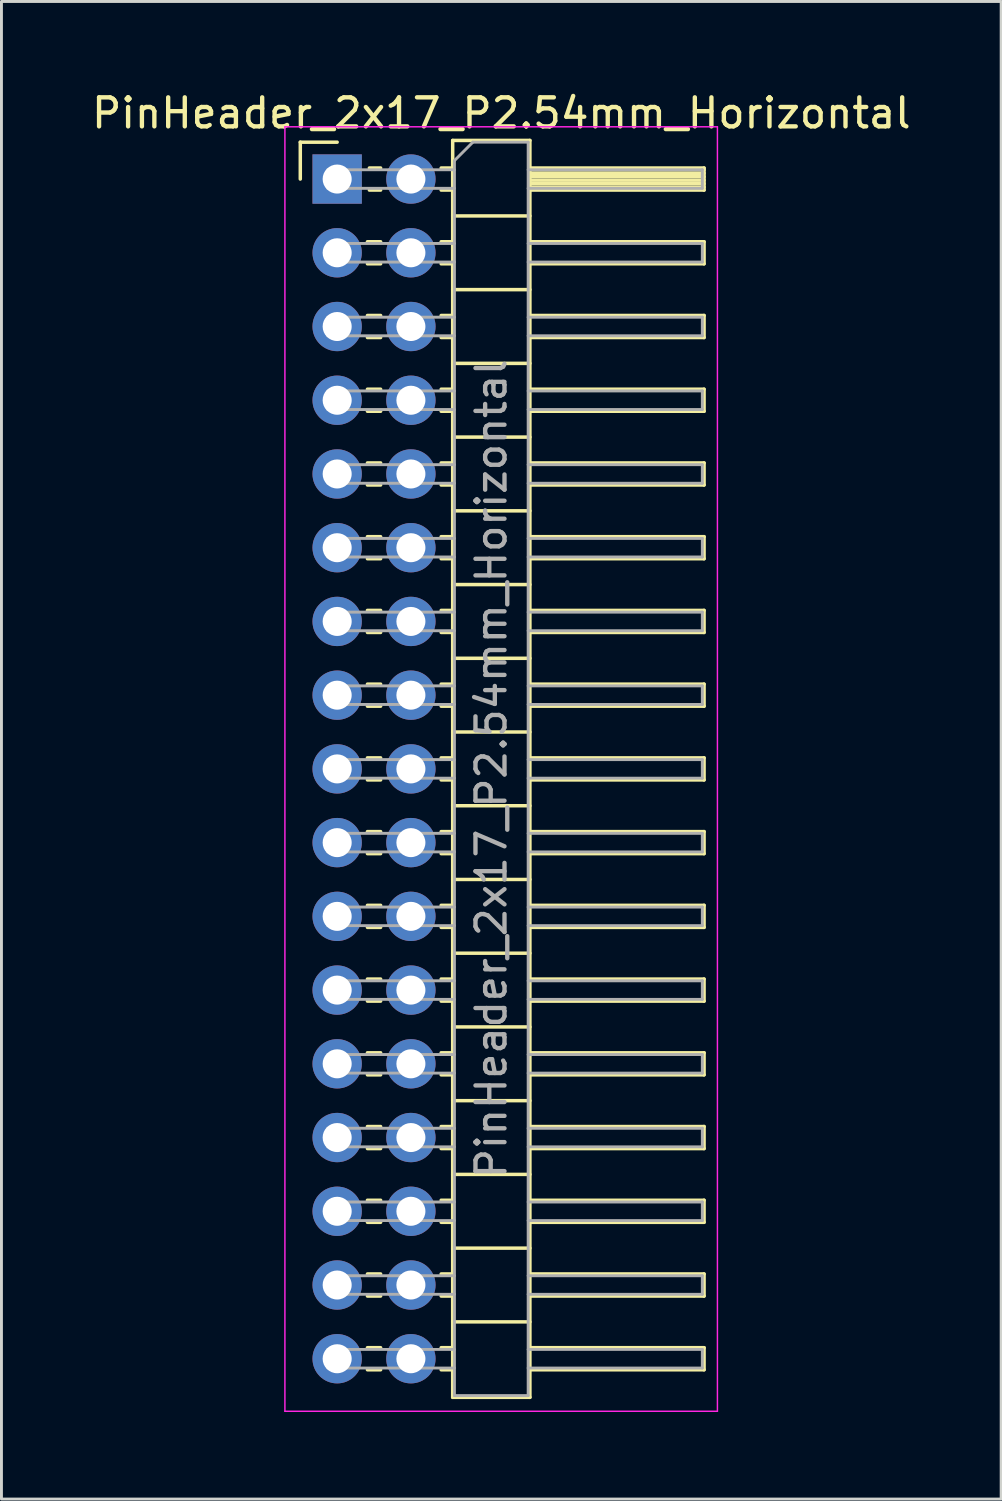
<source format=kicad_pcb>
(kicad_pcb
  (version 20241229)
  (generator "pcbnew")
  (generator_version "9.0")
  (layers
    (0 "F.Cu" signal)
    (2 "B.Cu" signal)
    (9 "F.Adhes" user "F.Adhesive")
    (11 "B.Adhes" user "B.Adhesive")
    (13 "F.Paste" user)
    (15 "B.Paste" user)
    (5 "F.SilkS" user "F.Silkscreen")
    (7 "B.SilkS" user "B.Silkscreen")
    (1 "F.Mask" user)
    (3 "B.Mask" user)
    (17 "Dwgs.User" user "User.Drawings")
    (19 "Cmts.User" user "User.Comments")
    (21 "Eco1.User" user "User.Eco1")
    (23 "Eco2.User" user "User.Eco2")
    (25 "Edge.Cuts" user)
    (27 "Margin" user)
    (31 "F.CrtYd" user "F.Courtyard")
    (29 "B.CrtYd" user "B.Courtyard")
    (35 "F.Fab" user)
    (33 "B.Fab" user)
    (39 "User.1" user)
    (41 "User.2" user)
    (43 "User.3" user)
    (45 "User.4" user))
  (footprint "PinHeader_2x17_P2.54mm_Horizontal"
    (layer "F.Cu")
    (at 8.565 3.118)
    (property "Reference" "PinHeader_2x17_P2.54mm_Horizontal" (at 5.655 -2.27 0) (layer "F.SilkS") (effects (font (size 1 1) (thickness 0.15))))
    (attr through_hole)
    (fp_line (start -1.27 -1.27) (end 0 -1.27) (stroke (width 0.12) (type solid)) (layer "F.SilkS"))
    (fp_line (start -1.27 0) (end -1.27 -1.27) (stroke (width 0.12) (type solid)) (layer "F.SilkS"))
    (fp_line (start 1.043 2.16) (end 1.497 2.16) (stroke (width 0.12) (type solid)) (layer "F.SilkS"))
    (fp_line (start 1.043 2.92) (end 1.497 2.92) (stroke (width 0.12) (type solid)) (layer "F.SilkS"))
    (fp_line (start 1.043 4.7) (end 1.497 4.7) (stroke (width 0.12) (type solid)) (layer "F.SilkS"))
    (fp_line (start 1.043 5.46) (end 1.497 5.46) (stroke (width 0.12) (type solid)) (layer "F.SilkS"))
    (fp_line (start 1.043 7.24) (end 1.497 7.24) (stroke (width 0.12) (type solid)) (layer "F.SilkS"))
    (fp_line (start 1.043 8) (end 1.497 8) (stroke (width 0.12) (type solid)) (layer "F.SilkS"))
    (fp_line (start 1.043 9.78) (end 1.497 9.78) (stroke (width 0.12) (type solid)) (layer "F.SilkS"))
    (fp_line (start 1.043 10.54) (end 1.497 10.54) (stroke (width 0.12) (type solid)) (layer "F.SilkS"))
    (fp_line (start 1.043 12.32) (end 1.497 12.32) (stroke (width 0.12) (type solid)) (layer "F.SilkS"))
    (fp_line (start 1.043 13.08) (end 1.497 13.08) (stroke (width 0.12) (type solid)) (layer "F.SilkS"))
    (fp_line (start 1.043 14.86) (end 1.497 14.86) (stroke (width 0.12) (type solid)) (layer "F.SilkS"))
    (fp_line (start 1.043 15.62) (end 1.497 15.62) (stroke (width 0.12) (type solid)) (layer "F.SilkS"))
    (fp_line (start 1.043 17.4) (end 1.497 17.4) (stroke (width 0.12) (type solid)) (layer "F.SilkS"))
    (fp_line (start 1.043 18.16) (end 1.497 18.16) (stroke (width 0.12) (type solid)) (layer "F.SilkS"))
    (fp_line (start 1.043 19.94) (end 1.497 19.94) (stroke (width 0.12) (type solid)) (layer "F.SilkS"))
    (fp_line (start 1.043 20.7) (end 1.497 20.7) (stroke (width 0.12) (type solid)) (layer "F.SilkS"))
    (fp_line (start 1.043 22.48) (end 1.497 22.48) (stroke (width 0.12) (type solid)) (layer "F.SilkS"))
    (fp_line (start 1.043 23.24) (end 1.497 23.24) (stroke (width 0.12) (type solid)) (layer "F.SilkS"))
    (fp_line (start 1.043 25.02) (end 1.497 25.02) (stroke (width 0.12) (type solid)) (layer "F.SilkS"))
    (fp_line (start 1.043 25.78) (end 1.497 25.78) (stroke (width 0.12) (type solid)) (layer "F.SilkS"))
    (fp_line (start 1.043 27.56) (end 1.497 27.56) (stroke (width 0.12) (type solid)) (layer "F.SilkS"))
    (fp_line (start 1.043 28.32) (end 1.497 28.32) (stroke (width 0.12) (type solid)) (layer "F.SilkS"))
    (fp_line (start 1.043 30.1) (end 1.497 30.1) (stroke (width 0.12) (type solid)) (layer "F.SilkS"))
    (fp_line (start 1.043 30.86) (end 1.497 30.86) (stroke (width 0.12) (type solid)) (layer "F.SilkS"))
    (fp_line (start 1.043 32.64) (end 1.497 32.64) (stroke (width 0.12) (type solid)) (layer "F.SilkS"))
    (fp_line (start 1.043 33.4) (end 1.497 33.4) (stroke (width 0.12) (type solid)) (layer "F.SilkS"))
    (fp_line (start 1.043 35.18) (end 1.497 35.18) (stroke (width 0.12) (type solid)) (layer "F.SilkS"))
    (fp_line (start 1.043 35.94) (end 1.497 35.94) (stroke (width 0.12) (type solid)) (layer "F.SilkS"))
    (fp_line (start 1.043 37.72) (end 1.497 37.72) (stroke (width 0.12) (type solid)) (layer "F.SilkS"))
    (fp_line (start 1.043 38.48) (end 1.497 38.48) (stroke (width 0.12) (type solid)) (layer "F.SilkS"))
    (fp_line (start 1.043 40.26) (end 1.497 40.26) (stroke (width 0.12) (type solid)) (layer "F.SilkS"))
    (fp_line (start 1.043 41.02) (end 1.497 41.02) (stroke (width 0.12) (type solid)) (layer "F.SilkS"))
    (fp_line (start 1.11 -0.38) (end 1.497 -0.38) (stroke (width 0.12) (type solid)) (layer "F.SilkS"))
    (fp_line (start 1.11 0.38) (end 1.497 0.38) (stroke (width 0.12) (type solid)) (layer "F.SilkS"))
    (fp_line (start 3.583 -0.38) (end 3.98 -0.38) (stroke (width 0.12) (type solid)) (layer "F.SilkS"))
    (fp_line (start 3.583 0.38) (end 3.98 0.38) (stroke (width 0.12) (type solid)) (layer "F.SilkS"))
    (fp_line (start 3.583 2.16) (end 3.98 2.16) (stroke (width 0.12) (type solid)) (layer "F.SilkS"))
    (fp_line (start 3.583 2.92) (end 3.98 2.92) (stroke (width 0.12) (type solid)) (layer "F.SilkS"))
    (fp_line (start 3.583 4.7) (end 3.98 4.7) (stroke (width 0.12) (type solid)) (layer "F.SilkS"))
    (fp_line (start 3.583 5.46) (end 3.98 5.46) (stroke (width 0.12) (type solid)) (layer "F.SilkS"))
    (fp_line (start 3.583 7.24) (end 3.98 7.24) (stroke (width 0.12) (type solid)) (layer "F.SilkS"))
    (fp_line (start 3.583 8) (end 3.98 8) (stroke (width 0.12) (type solid)) (layer "F.SilkS"))
    (fp_line (start 3.583 9.78) (end 3.98 9.78) (stroke (width 0.12) (type solid)) (layer "F.SilkS"))
    (fp_line (start 3.583 10.54) (end 3.98 10.54) (stroke (width 0.12) (type solid)) (layer "F.SilkS"))
    (fp_line (start 3.583 12.32) (end 3.98 12.32) (stroke (width 0.12) (type solid)) (layer "F.SilkS"))
    (fp_line (start 3.583 13.08) (end 3.98 13.08) (stroke (width 0.12) (type solid)) (layer "F.SilkS"))
    (fp_line (start 3.583 14.86) (end 3.98 14.86) (stroke (width 0.12) (type solid)) (layer "F.SilkS"))
    (fp_line (start 3.583 15.62) (end 3.98 15.62) (stroke (width 0.12) (type solid)) (layer "F.SilkS"))
    (fp_line (start 3.583 17.4) (end 3.98 17.4) (stroke (width 0.12) (type solid)) (layer "F.SilkS"))
    (fp_line (start 3.583 18.16) (end 3.98 18.16) (stroke (width 0.12) (type solid)) (layer "F.SilkS"))
    (fp_line (start 3.583 19.94) (end 3.98 19.94) (stroke (width 0.12) (type solid)) (layer "F.SilkS"))
    (fp_line (start 3.583 20.7) (end 3.98 20.7) (stroke (width 0.12) (type solid)) (layer "F.SilkS"))
    (fp_line (start 3.583 22.48) (end 3.98 22.48) (stroke (width 0.12) (type solid)) (layer "F.SilkS"))
    (fp_line (start 3.583 23.24) (end 3.98 23.24) (stroke (width 0.12) (type solid)) (layer "F.SilkS"))
    (fp_line (start 3.583 25.02) (end 3.98 25.02) (stroke (width 0.12) (type solid)) (layer "F.SilkS"))
    (fp_line (start 3.583 25.78) (end 3.98 25.78) (stroke (width 0.12) (type solid)) (layer "F.SilkS"))
    (fp_line (start 3.583 27.56) (end 3.98 27.56) (stroke (width 0.12) (type solid)) (layer "F.SilkS"))
    (fp_line (start 3.583 28.32) (end 3.98 28.32) (stroke (width 0.12) (type solid)) (layer "F.SilkS"))
    (fp_line (start 3.583 30.1) (end 3.98 30.1) (stroke (width 0.12) (type solid)) (layer "F.SilkS"))
    (fp_line (start 3.583 30.86) (end 3.98 30.86) (stroke (width 0.12) (type solid)) (layer "F.SilkS"))
    (fp_line (start 3.583 32.64) (end 3.98 32.64) (stroke (width 0.12) (type solid)) (layer "F.SilkS"))
    (fp_line (start 3.583 33.4) (end 3.98 33.4) (stroke (width 0.12) (type solid)) (layer "F.SilkS"))
    (fp_line (start 3.583 35.18) (end 3.98 35.18) (stroke (width 0.12) (type solid)) (layer "F.SilkS"))
    (fp_line (start 3.583 35.94) (end 3.98 35.94) (stroke (width 0.12) (type solid)) (layer "F.SilkS"))
    (fp_line (start 3.583 37.72) (end 3.98 37.72) (stroke (width 0.12) (type solid)) (layer "F.SilkS"))
    (fp_line (start 3.583 38.48) (end 3.98 38.48) (stroke (width 0.12) (type solid)) (layer "F.SilkS"))
    (fp_line (start 3.583 40.26) (end 3.98 40.26) (stroke (width 0.12) (type solid)) (layer "F.SilkS"))
    (fp_line (start 3.583 41.02) (end 3.98 41.02) (stroke (width 0.12) (type solid)) (layer "F.SilkS"))
    (fp_line (start 3.98 -1.33) (end 3.98 41.97) (stroke (width 0.12) (type solid)) (layer "F.SilkS"))
    (fp_line (start 3.98 1.27) (end 6.64 1.27) (stroke (width 0.12) (type solid)) (layer "F.SilkS"))
    (fp_line (start 3.98 3.81) (end 6.64 3.81) (stroke (width 0.12) (type solid)) (layer "F.SilkS"))
    (fp_line (start 3.98 6.35) (end 6.64 6.35) (stroke (width 0.12) (type solid)) (layer "F.SilkS"))
    (fp_line (start 3.98 8.89) (end 6.64 8.89) (stroke (width 0.12) (type solid)) (layer "F.SilkS"))
    (fp_line (start 3.98 11.43) (end 6.64 11.43) (stroke (width 0.12) (type solid)) (layer "F.SilkS"))
    (fp_line (start 3.98 13.97) (end 6.64 13.97) (stroke (width 0.12) (type solid)) (layer "F.SilkS"))
    (fp_line (start 3.98 16.51) (end 6.64 16.51) (stroke (width 0.12) (type solid)) (layer "F.SilkS"))
    (fp_line (start 3.98 19.05) (end 6.64 19.05) (stroke (width 0.12) (type solid)) (layer "F.SilkS"))
    (fp_line (start 3.98 21.59) (end 6.64 21.59) (stroke (width 0.12) (type solid)) (layer "F.SilkS"))
    (fp_line (start 3.98 24.13) (end 6.64 24.13) (stroke (width 0.12) (type solid)) (layer "F.SilkS"))
    (fp_line (start 3.98 26.67) (end 6.64 26.67) (stroke (width 0.12) (type solid)) (layer "F.SilkS"))
    (fp_line (start 3.98 29.21) (end 6.64 29.21) (stroke (width 0.12) (type solid)) (layer "F.SilkS"))
    (fp_line (start 3.98 31.75) (end 6.64 31.75) (stroke (width 0.12) (type solid)) (layer "F.SilkS"))
    (fp_line (start 3.98 34.29) (end 6.64 34.29) (stroke (width 0.12) (type solid)) (layer "F.SilkS"))
    (fp_line (start 3.98 36.83) (end 6.64 36.83) (stroke (width 0.12) (type solid)) (layer "F.SilkS"))
    (fp_line (start 3.98 39.37) (end 6.64 39.37) (stroke (width 0.12) (type solid)) (layer "F.SilkS"))
    (fp_line (start 3.98 41.97) (end 6.64 41.97) (stroke (width 0.12) (type solid)) (layer "F.SilkS"))
    (fp_line (start 6.64 -1.33) (end 3.98 -1.33) (stroke (width 0.12) (type solid)) (layer "F.SilkS"))
    (fp_line (start 6.64 -0.38) (end 12.64 -0.38) (stroke (width 0.12) (type solid)) (layer "F.SilkS"))
    (fp_line (start 6.64 -0.32) (end 12.64 -0.32) (stroke (width 0.12) (type solid)) (layer "F.SilkS"))
    (fp_line (start 6.64 -0.2) (end 12.64 -0.2) (stroke (width 0.12) (type solid)) (layer "F.SilkS"))
    (fp_line (start 6.64 -0.08) (end 12.64 -0.08) (stroke (width 0.12) (type solid)) (layer "F.SilkS"))
    (fp_line (start 6.64 0.04) (end 12.64 0.04) (stroke (width 0.12) (type solid)) (layer "F.SilkS"))
    (fp_line (start 6.64 0.16) (end 12.64 0.16) (stroke (width 0.12) (type solid)) (layer "F.SilkS"))
    (fp_line (start 6.64 0.28) (end 12.64 0.28) (stroke (width 0.12) (type solid)) (layer "F.SilkS"))
    (fp_line (start 6.64 2.16) (end 12.64 2.16) (stroke (width 0.12) (type solid)) (layer "F.SilkS"))
    (fp_line (start 6.64 4.7) (end 12.64 4.7) (stroke (width 0.12) (type solid)) (layer "F.SilkS"))
    (fp_line (start 6.64 7.24) (end 12.64 7.24) (stroke (width 0.12) (type solid)) (layer "F.SilkS"))
    (fp_line (start 6.64 9.78) (end 12.64 9.78) (stroke (width 0.12) (type solid)) (layer "F.SilkS"))
    (fp_line (start 6.64 12.32) (end 12.64 12.32) (stroke (width 0.12) (type solid)) (layer "F.SilkS"))
    (fp_line (start 6.64 14.86) (end 12.64 14.86) (stroke (width 0.12) (type solid)) (layer "F.SilkS"))
    (fp_line (start 6.64 17.4) (end 12.64 17.4) (stroke (width 0.12) (type solid)) (layer "F.SilkS"))
    (fp_line (start 6.64 19.94) (end 12.64 19.94) (stroke (width 0.12) (type solid)) (layer "F.SilkS"))
    (fp_line (start 6.64 22.48) (end 12.64 22.48) (stroke (width 0.12) (type solid)) (layer "F.SilkS"))
    (fp_line (start 6.64 25.02) (end 12.64 25.02) (stroke (width 0.12) (type solid)) (layer "F.SilkS"))
    (fp_line (start 6.64 27.56) (end 12.64 27.56) (stroke (width 0.12) (type solid)) (layer "F.SilkS"))
    (fp_line (start 6.64 30.1) (end 12.64 30.1) (stroke (width 0.12) (type solid)) (layer "F.SilkS"))
    (fp_line (start 6.64 32.64) (end 12.64 32.64) (stroke (width 0.12) (type solid)) (layer "F.SilkS"))
    (fp_line (start 6.64 35.18) (end 12.64 35.18) (stroke (width 0.12) (type solid)) (layer "F.SilkS"))
    (fp_line (start 6.64 37.72) (end 12.64 37.72) (stroke (width 0.12) (type solid)) (layer "F.SilkS"))
    (fp_line (start 6.64 40.26) (end 12.64 40.26) (stroke (width 0.12) (type solid)) (layer "F.SilkS"))
    (fp_line (start 6.64 41.97) (end 6.64 -1.33) (stroke (width 0.12) (type solid)) (layer "F.SilkS"))
    (fp_line (start 12.64 -0.38) (end 12.64 0.38) (stroke (width 0.12) (type solid)) (layer "F.SilkS"))
    (fp_line (start 12.64 0.38) (end 6.64 0.38) (stroke (width 0.12) (type solid)) (layer "F.SilkS"))
    (fp_line (start 12.64 2.16) (end 12.64 2.92) (stroke (width 0.12) (type solid)) (layer "F.SilkS"))
    (fp_line (start 12.64 2.92) (end 6.64 2.92) (stroke (width 0.12) (type solid)) (layer "F.SilkS"))
    (fp_line (start 12.64 4.7) (end 12.64 5.46) (stroke (width 0.12) (type solid)) (layer "F.SilkS"))
    (fp_line (start 12.64 5.46) (end 6.64 5.46) (stroke (width 0.12) (type solid)) (layer "F.SilkS"))
    (fp_line (start 12.64 7.24) (end 12.64 8) (stroke (width 0.12) (type solid)) (layer "F.SilkS"))
    (fp_line (start 12.64 8) (end 6.64 8) (stroke (width 0.12) (type solid)) (layer "F.SilkS"))
    (fp_line (start 12.64 9.78) (end 12.64 10.54) (stroke (width 0.12) (type solid)) (layer "F.SilkS"))
    (fp_line (start 12.64 10.54) (end 6.64 10.54) (stroke (width 0.12) (type solid)) (layer "F.SilkS"))
    (fp_line (start 12.64 12.32) (end 12.64 13.08) (stroke (width 0.12) (type solid)) (layer "F.SilkS"))
    (fp_line (start 12.64 13.08) (end 6.64 13.08) (stroke (width 0.12) (type solid)) (layer "F.SilkS"))
    (fp_line (start 12.64 14.86) (end 12.64 15.62) (stroke (width 0.12) (type solid)) (layer "F.SilkS"))
    (fp_line (start 12.64 15.62) (end 6.64 15.62) (stroke (width 0.12) (type solid)) (layer "F.SilkS"))
    (fp_line (start 12.64 17.4) (end 12.64 18.16) (stroke (width 0.12) (type solid)) (layer "F.SilkS"))
    (fp_line (start 12.64 18.16) (end 6.64 18.16) (stroke (width 0.12) (type solid)) (layer "F.SilkS"))
    (fp_line (start 12.64 19.94) (end 12.64 20.7) (stroke (width 0.12) (type solid)) (layer "F.SilkS"))
    (fp_line (start 12.64 20.7) (end 6.64 20.7) (stroke (width 0.12) (type solid)) (layer "F.SilkS"))
    (fp_line (start 12.64 22.48) (end 12.64 23.24) (stroke (width 0.12) (type solid)) (layer "F.SilkS"))
    (fp_line (start 12.64 23.24) (end 6.64 23.24) (stroke (width 0.12) (type solid)) (layer "F.SilkS"))
    (fp_line (start 12.64 25.02) (end 12.64 25.78) (stroke (width 0.12) (type solid)) (layer "F.SilkS"))
    (fp_line (start 12.64 25.78) (end 6.64 25.78) (stroke (width 0.12) (type solid)) (layer "F.SilkS"))
    (fp_line (start 12.64 27.56) (end 12.64 28.32) (stroke (width 0.12) (type solid)) (layer "F.SilkS"))
    (fp_line (start 12.64 28.32) (end 6.64 28.32) (stroke (width 0.12) (type solid)) (layer "F.SilkS"))
    (fp_line (start 12.64 30.1) (end 12.64 30.86) (stroke (width 0.12) (type solid)) (layer "F.SilkS"))
    (fp_line (start 12.64 30.86) (end 6.64 30.86) (stroke (width 0.12) (type solid)) (layer "F.SilkS"))
    (fp_line (start 12.64 32.64) (end 12.64 33.4) (stroke (width 0.12) (type solid)) (layer "F.SilkS"))
    (fp_line (start 12.64 33.4) (end 6.64 33.4) (stroke (width 0.12) (type solid)) (layer "F.SilkS"))
    (fp_line (start 12.64 35.18) (end 12.64 35.94) (stroke (width 0.12) (type solid)) (layer "F.SilkS"))
    (fp_line (start 12.64 35.94) (end 6.64 35.94) (stroke (width 0.12) (type solid)) (layer "F.SilkS"))
    (fp_line (start 12.64 37.72) (end 12.64 38.48) (stroke (width 0.12) (type solid)) (layer "F.SilkS"))
    (fp_line (start 12.64 38.48) (end 6.64 38.48) (stroke (width 0.12) (type solid)) (layer "F.SilkS"))
    (fp_line (start 12.64 40.26) (end 12.64 41.02) (stroke (width 0.12) (type solid)) (layer "F.SilkS"))
    (fp_line (start 12.64 41.02) (end 6.64 41.02) (stroke (width 0.12) (type solid)) (layer "F.SilkS"))
    (fp_line (start -1.8 -1.8) (end -1.8 42.45) (stroke (width 0.05) (type solid)) (layer "F.CrtYd"))
    (fp_line (start -1.8 42.45) (end 13.1 42.45) (stroke (width 0.05) (type solid)) (layer "F.CrtYd"))
    (fp_line (start 13.1 -1.8) (end -1.8 -1.8) (stroke (width 0.05) (type solid)) (layer "F.CrtYd"))
    (fp_line (start 13.1 42.45) (end 13.1 -1.8) (stroke (width 0.05) (type solid)) (layer "F.CrtYd"))
    (fp_line (start -0.32 -0.32) (end -0.32 0.32) (stroke (width 0.1) (type solid)) (layer "F.Fab"))
    (fp_line (start -0.32 -0.32) (end 4.04 -0.32) (stroke (width 0.1) (type solid)) (layer "F.Fab"))
    (fp_line (start -0.32 0.32) (end 4.04 0.32) (stroke (width 0.1) (type solid)) (layer "F.Fab"))
    (fp_line (start -0.32 2.22) (end -0.32 2.86) (stroke (width 0.1) (type solid)) (layer "F.Fab"))
    (fp_line (start -0.32 2.22) (end 4.04 2.22) (stroke (width 0.1) (type solid)) (layer "F.Fab"))
    (fp_line (start -0.32 2.86) (end 4.04 2.86) (stroke (width 0.1) (type solid)) (layer "F.Fab"))
    (fp_line (start -0.32 4.76) (end -0.32 5.4) (stroke (width 0.1) (type solid)) (layer "F.Fab"))
    (fp_line (start -0.32 4.76) (end 4.04 4.76) (stroke (width 0.1) (type solid)) (layer "F.Fab"))
    (fp_line (start -0.32 5.4) (end 4.04 5.4) (stroke (width 0.1) (type solid)) (layer "F.Fab"))
    (fp_line (start -0.32 7.3) (end -0.32 7.94) (stroke (width 0.1) (type solid)) (layer "F.Fab"))
    (fp_line (start -0.32 7.3) (end 4.04 7.3) (stroke (width 0.1) (type solid)) (layer "F.Fab"))
    (fp_line (start -0.32 7.94) (end 4.04 7.94) (stroke (width 0.1) (type solid)) (layer "F.Fab"))
    (fp_line (start -0.32 9.84) (end -0.32 10.48) (stroke (width 0.1) (type solid)) (layer "F.Fab"))
    (fp_line (start -0.32 9.84) (end 4.04 9.84) (stroke (width 0.1) (type solid)) (layer "F.Fab"))
    (fp_line (start -0.32 10.48) (end 4.04 10.48) (stroke (width 0.1) (type solid)) (layer "F.Fab"))
    (fp_line (start -0.32 12.38) (end -0.32 13.02) (stroke (width 0.1) (type solid)) (layer "F.Fab"))
    (fp_line (start -0.32 12.38) (end 4.04 12.38) (stroke (width 0.1) (type solid)) (layer "F.Fab"))
    (fp_line (start -0.32 13.02) (end 4.04 13.02) (stroke (width 0.1) (type solid)) (layer "F.Fab"))
    (fp_line (start -0.32 14.92) (end -0.32 15.56) (stroke (width 0.1) (type solid)) (layer "F.Fab"))
    (fp_line (start -0.32 14.92) (end 4.04 14.92) (stroke (width 0.1) (type solid)) (layer "F.Fab"))
    (fp_line (start -0.32 15.56) (end 4.04 15.56) (stroke (width 0.1) (type solid)) (layer "F.Fab"))
    (fp_line (start -0.32 17.46) (end -0.32 18.1) (stroke (width 0.1) (type solid)) (layer "F.Fab"))
    (fp_line (start -0.32 17.46) (end 4.04 17.46) (stroke (width 0.1) (type solid)) (layer "F.Fab"))
    (fp_line (start -0.32 18.1) (end 4.04 18.1) (stroke (width 0.1) (type solid)) (layer "F.Fab"))
    (fp_line (start -0.32 20) (end -0.32 20.64) (stroke (width 0.1) (type solid)) (layer "F.Fab"))
    (fp_line (start -0.32 20) (end 4.04 20) (stroke (width 0.1) (type solid)) (layer "F.Fab"))
    (fp_line (start -0.32 20.64) (end 4.04 20.64) (stroke (width 0.1) (type solid)) (layer "F.Fab"))
    (fp_line (start -0.32 22.54) (end -0.32 23.18) (stroke (width 0.1) (type solid)) (layer "F.Fab"))
    (fp_line (start -0.32 22.54) (end 4.04 22.54) (stroke (width 0.1) (type solid)) (layer "F.Fab"))
    (fp_line (start -0.32 23.18) (end 4.04 23.18) (stroke (width 0.1) (type solid)) (layer "F.Fab"))
    (fp_line (start -0.32 25.08) (end -0.32 25.72) (stroke (width 0.1) (type solid)) (layer "F.Fab"))
    (fp_line (start -0.32 25.08) (end 4.04 25.08) (stroke (width 0.1) (type solid)) (layer "F.Fab"))
    (fp_line (start -0.32 25.72) (end 4.04 25.72) (stroke (width 0.1) (type solid)) (layer "F.Fab"))
    (fp_line (start -0.32 27.62) (end -0.32 28.26) (stroke (width 0.1) (type solid)) (layer "F.Fab"))
    (fp_line (start -0.32 27.62) (end 4.04 27.62) (stroke (width 0.1) (type solid)) (layer "F.Fab"))
    (fp_line (start -0.32 28.26) (end 4.04 28.26) (stroke (width 0.1) (type solid)) (layer "F.Fab"))
    (fp_line (start -0.32 30.16) (end -0.32 30.8) (stroke (width 0.1) (type solid)) (layer "F.Fab"))
    (fp_line (start -0.32 30.16) (end 4.04 30.16) (stroke (width 0.1) (type solid)) (layer "F.Fab"))
    (fp_line (start -0.32 30.8) (end 4.04 30.8) (stroke (width 0.1) (type solid)) (layer "F.Fab"))
    (fp_line (start -0.32 32.7) (end -0.32 33.34) (stroke (width 0.1) (type solid)) (layer "F.Fab"))
    (fp_line (start -0.32 32.7) (end 4.04 32.7) (stroke (width 0.1) (type solid)) (layer "F.Fab"))
    (fp_line (start -0.32 33.34) (end 4.04 33.34) (stroke (width 0.1) (type solid)) (layer "F.Fab"))
    (fp_line (start -0.32 35.24) (end -0.32 35.88) (stroke (width 0.1) (type solid)) (layer "F.Fab"))
    (fp_line (start -0.32 35.24) (end 4.04 35.24) (stroke (width 0.1) (type solid)) (layer "F.Fab"))
    (fp_line (start -0.32 35.88) (end 4.04 35.88) (stroke (width 0.1) (type solid)) (layer "F.Fab"))
    (fp_line (start -0.32 37.78) (end -0.32 38.42) (stroke (width 0.1) (type solid)) (layer "F.Fab"))
    (fp_line (start -0.32 37.78) (end 4.04 37.78) (stroke (width 0.1) (type solid)) (layer "F.Fab"))
    (fp_line (start -0.32 38.42) (end 4.04 38.42) (stroke (width 0.1) (type solid)) (layer "F.Fab"))
    (fp_line (start -0.32 40.32) (end -0.32 40.96) (stroke (width 0.1) (type solid)) (layer "F.Fab"))
    (fp_line (start -0.32 40.32) (end 4.04 40.32) (stroke (width 0.1) (type solid)) (layer "F.Fab"))
    (fp_line (start -0.32 40.96) (end 4.04 40.96) (stroke (width 0.1) (type solid)) (layer "F.Fab"))
    (fp_line (start 4.04 -0.635) (end 4.675 -1.27) (stroke (width 0.1) (type solid)) (layer "F.Fab"))
    (fp_line (start 4.04 41.91) (end 4.04 -0.635) (stroke (width 0.1) (type solid)) (layer "F.Fab"))
    (fp_line (start 4.675 -1.27) (end 6.58 -1.27) (stroke (width 0.1) (type solid)) (layer "F.Fab"))
    (fp_line (start 6.58 -1.27) (end 6.58 41.91) (stroke (width 0.1) (type solid)) (layer "F.Fab"))
    (fp_line (start 6.58 -0.32) (end 12.58 -0.32) (stroke (width 0.1) (type solid)) (layer "F.Fab"))
    (fp_line (start 6.58 0.32) (end 12.58 0.32) (stroke (width 0.1) (type solid)) (layer "F.Fab"))
    (fp_line (start 6.58 2.22) (end 12.58 2.22) (stroke (width 0.1) (type solid)) (layer "F.Fab"))
    (fp_line (start 6.58 2.86) (end 12.58 2.86) (stroke (width 0.1) (type solid)) (layer "F.Fab"))
    (fp_line (start 6.58 4.76) (end 12.58 4.76) (stroke (width 0.1) (type solid)) (layer "F.Fab"))
    (fp_line (start 6.58 5.4) (end 12.58 5.4) (stroke (width 0.1) (type solid)) (layer "F.Fab"))
    (fp_line (start 6.58 7.3) (end 12.58 7.3) (stroke (width 0.1) (type solid)) (layer "F.Fab"))
    (fp_line (start 6.58 7.94) (end 12.58 7.94) (stroke (width 0.1) (type solid)) (layer "F.Fab"))
    (fp_line (start 6.58 9.84) (end 12.58 9.84) (stroke (width 0.1) (type solid)) (layer "F.Fab"))
    (fp_line (start 6.58 10.48) (end 12.58 10.48) (stroke (width 0.1) (type solid)) (layer "F.Fab"))
    (fp_line (start 6.58 12.38) (end 12.58 12.38) (stroke (width 0.1) (type solid)) (layer "F.Fab"))
    (fp_line (start 6.58 13.02) (end 12.58 13.02) (stroke (width 0.1) (type solid)) (layer "F.Fab"))
    (fp_line (start 6.58 14.92) (end 12.58 14.92) (stroke (width 0.1) (type solid)) (layer "F.Fab"))
    (fp_line (start 6.58 15.56) (end 12.58 15.56) (stroke (width 0.1) (type solid)) (layer "F.Fab"))
    (fp_line (start 6.58 17.46) (end 12.58 17.46) (stroke (width 0.1) (type solid)) (layer "F.Fab"))
    (fp_line (start 6.58 18.1) (end 12.58 18.1) (stroke (width 0.1) (type solid)) (layer "F.Fab"))
    (fp_line (start 6.58 20) (end 12.58 20) (stroke (width 0.1) (type solid)) (layer "F.Fab"))
    (fp_line (start 6.58 20.64) (end 12.58 20.64) (stroke (width 0.1) (type solid)) (layer "F.Fab"))
    (fp_line (start 6.58 22.54) (end 12.58 22.54) (stroke (width 0.1) (type solid)) (layer "F.Fab"))
    (fp_line (start 6.58 23.18) (end 12.58 23.18) (stroke (width 0.1) (type solid)) (layer "F.Fab"))
    (fp_line (start 6.58 25.08) (end 12.58 25.08) (stroke (width 0.1) (type solid)) (layer "F.Fab"))
    (fp_line (start 6.58 25.72) (end 12.58 25.72) (stroke (width 0.1) (type solid)) (layer "F.Fab"))
    (fp_line (start 6.58 27.62) (end 12.58 27.62) (stroke (width 0.1) (type solid)) (layer "F.Fab"))
    (fp_line (start 6.58 28.26) (end 12.58 28.26) (stroke (width 0.1) (type solid)) (layer "F.Fab"))
    (fp_line (start 6.58 30.16) (end 12.58 30.16) (stroke (width 0.1) (type solid)) (layer "F.Fab"))
    (fp_line (start 6.58 30.8) (end 12.58 30.8) (stroke (width 0.1) (type solid)) (layer "F.Fab"))
    (fp_line (start 6.58 32.7) (end 12.58 32.7) (stroke (width 0.1) (type solid)) (layer "F.Fab"))
    (fp_line (start 6.58 33.34) (end 12.58 33.34) (stroke (width 0.1) (type solid)) (layer "F.Fab"))
    (fp_line (start 6.58 35.24) (end 12.58 35.24) (stroke (width 0.1) (type solid)) (layer "F.Fab"))
    (fp_line (start 6.58 35.88) (end 12.58 35.88) (stroke (width 0.1) (type solid)) (layer "F.Fab"))
    (fp_line (start 6.58 37.78) (end 12.58 37.78) (stroke (width 0.1) (type solid)) (layer "F.Fab"))
    (fp_line (start 6.58 38.42) (end 12.58 38.42) (stroke (width 0.1) (type solid)) (layer "F.Fab"))
    (fp_line (start 6.58 40.32) (end 12.58 40.32) (stroke (width 0.1) (type solid)) (layer "F.Fab"))
    (fp_line (start 6.58 40.96) (end 12.58 40.96) (stroke (width 0.1) (type solid)) (layer "F.Fab"))
    (fp_line (start 6.58 41.91) (end 4.04 41.91) (stroke (width 0.1) (type solid)) (layer "F.Fab"))
    (fp_line (start 12.58 -0.32) (end 12.58 0.32) (stroke (width 0.1) (type solid)) (layer "F.Fab"))
    (fp_line (start 12.58 2.22) (end 12.58 2.86) (stroke (width 0.1) (type solid)) (layer "F.Fab"))
    (fp_line (start 12.58 4.76) (end 12.58 5.4) (stroke (width 0.1) (type solid)) (layer "F.Fab"))
    (fp_line (start 12.58 7.3) (end 12.58 7.94) (stroke (width 0.1) (type solid)) (layer "F.Fab"))
    (fp_line (start 12.58 9.84) (end 12.58 10.48) (stroke (width 0.1) (type solid)) (layer "F.Fab"))
    (fp_line (start 12.58 12.38) (end 12.58 13.02) (stroke (width 0.1) (type solid)) (layer "F.Fab"))
    (fp_line (start 12.58 14.92) (end 12.58 15.56) (stroke (width 0.1) (type solid)) (layer "F.Fab"))
    (fp_line (start 12.58 17.46) (end 12.58 18.1) (stroke (width 0.1) (type solid)) (layer "F.Fab"))
    (fp_line (start 12.58 20) (end 12.58 20.64) (stroke (width 0.1) (type solid)) (layer "F.Fab"))
    (fp_line (start 12.58 22.54) (end 12.58 23.18) (stroke (width 0.1) (type solid)) (layer "F.Fab"))
    (fp_line (start 12.58 25.08) (end 12.58 25.72) (stroke (width 0.1) (type solid)) (layer "F.Fab"))
    (fp_line (start 12.58 27.62) (end 12.58 28.26) (stroke (width 0.1) (type solid)) (layer "F.Fab"))
    (fp_line (start 12.58 30.16) (end 12.58 30.8) (stroke (width 0.1) (type solid)) (layer "F.Fab"))
    (fp_line (start 12.58 32.7) (end 12.58 33.34) (stroke (width 0.1) (type solid)) (layer "F.Fab"))
    (fp_line (start 12.58 35.24) (end 12.58 35.88) (stroke (width 0.1) (type solid)) (layer "F.Fab"))
    (fp_line (start 12.58 37.78) (end 12.58 38.42) (stroke (width 0.1) (type solid)) (layer "F.Fab"))
    (fp_line (start 12.58 40.32) (end 12.58 40.96) (stroke (width 0.1) (type solid)) (layer "F.Fab"))
    (fp_text user "${REFERENCE}" (at 5.31 20.32 90) (layer "F.Fab") (effects (font (size 1 1) (thickness 0.15))))
    (pad "1" thru_hole rect (at 0 0) (size 1.7 1.7) (drill 1) (layers "*.Cu" "*.Mask"))
    (pad "2" thru_hole oval (at 2.54 0) (size 1.7 1.7) (drill 1) (layers "*.Cu" "*.Mask"))
    (pad "3" thru_hole oval (at 0 2.54) (size 1.7 1.7) (drill 1) (layers "*.Cu" "*.Mask"))
    (pad "4" thru_hole oval (at 2.54 2.54) (size 1.7 1.7) (drill 1) (layers "*.Cu" "*.Mask"))
    (pad "5" thru_hole oval (at 0 5.08) (size 1.7 1.7) (drill 1) (layers "*.Cu" "*.Mask"))
    (pad "6" thru_hole oval (at 2.54 5.08) (size 1.7 1.7) (drill 1) (layers "*.Cu" "*.Mask"))
    (pad "7" thru_hole oval (at 0 7.62) (size 1.7 1.7) (drill 1) (layers "*.Cu" "*.Mask"))
    (pad "8" thru_hole oval (at 2.54 7.62) (size 1.7 1.7) (drill 1) (layers "*.Cu" "*.Mask"))
    (pad "9" thru_hole oval (at 0 10.16) (size 1.7 1.7) (drill 1) (layers "*.Cu" "*.Mask"))
    (pad "10" thru_hole oval (at 2.54 10.16) (size 1.7 1.7) (drill 1) (layers "*.Cu" "*.Mask"))
    (pad "11" thru_hole oval (at 0 12.7) (size 1.7 1.7) (drill 1) (layers "*.Cu" "*.Mask"))
    (pad "12" thru_hole oval (at 2.54 12.7) (size 1.7 1.7) (drill 1) (layers "*.Cu" "*.Mask"))
    (pad "13" thru_hole oval (at 0 15.24) (size 1.7 1.7) (drill 1) (layers "*.Cu" "*.Mask"))
    (pad "14" thru_hole oval (at 2.54 15.24) (size 1.7 1.7) (drill 1) (layers "*.Cu" "*.Mask"))
    (pad "15" thru_hole oval (at 0 17.78) (size 1.7 1.7) (drill 1) (layers "*.Cu" "*.Mask"))
    (pad "16" thru_hole oval (at 2.54 17.78) (size 1.7 1.7) (drill 1) (layers "*.Cu" "*.Mask"))
    (pad "17" thru_hole oval (at 0 20.32) (size 1.7 1.7) (drill 1) (layers "*.Cu" "*.Mask"))
    (pad "18" thru_hole oval (at 2.54 20.32) (size 1.7 1.7) (drill 1) (layers "*.Cu" "*.Mask"))
    (pad "19" thru_hole oval (at 0 22.86) (size 1.7 1.7) (drill 1) (layers "*.Cu" "*.Mask"))
    (pad "20" thru_hole oval (at 2.54 22.86) (size 1.7 1.7) (drill 1) (layers "*.Cu" "*.Mask"))
    (pad "21" thru_hole oval (at 0 25.4) (size 1.7 1.7) (drill 1) (layers "*.Cu" "*.Mask"))
    (pad "22" thru_hole oval (at 2.54 25.4) (size 1.7 1.7) (drill 1) (layers "*.Cu" "*.Mask"))
    (pad "23" thru_hole oval (at 0 27.94) (size 1.7 1.7) (drill 1) (layers "*.Cu" "*.Mask"))
    (pad "24" thru_hole oval (at 2.54 27.94) (size 1.7 1.7) (drill 1) (layers "*.Cu" "*.Mask"))
    (pad "25" thru_hole oval (at 0 30.48) (size 1.7 1.7) (drill 1) (layers "*.Cu" "*.Mask"))
    (pad "26" thru_hole oval (at 2.54 30.48) (size 1.7 1.7) (drill 1) (layers "*.Cu" "*.Mask"))
    (pad "27" thru_hole oval (at 0 33.02) (size 1.7 1.7) (drill 1) (layers "*.Cu" "*.Mask"))
    (pad "28" thru_hole oval (at 2.54 33.02) (size 1.7 1.7) (drill 1) (layers "*.Cu" "*.Mask"))
    (pad "29" thru_hole oval (at 0 35.56) (size 1.7 1.7) (drill 1) (layers "*.Cu" "*.Mask"))
    (pad "30" thru_hole oval (at 2.54 35.56) (size 1.7 1.7) (drill 1) (layers "*.Cu" "*.Mask"))
    (pad "31" thru_hole oval (at 0 38.1) (size 1.7 1.7) (drill 1) (layers "*.Cu" "*.Mask"))
    (pad "32" thru_hole oval (at 2.54 38.1) (size 1.7 1.7) (drill 1) (layers "*.Cu" "*.Mask"))
    (pad "33" thru_hole oval (at 0 40.64) (size 1.7 1.7) (drill 1) (layers "*.Cu" "*.Mask"))
    (pad "34" thru_hole oval (at 2.54 40.64) (size 1.7 1.7) (drill 1) (layers "*.Cu" "*.Mask")))
  (gr_rect
    (start -3 -3)
    (end 31.44 48.593)
    (stroke (width 0.1) (type default))
    (fill no)
    (layer "Edge.Cuts")))
</source>
